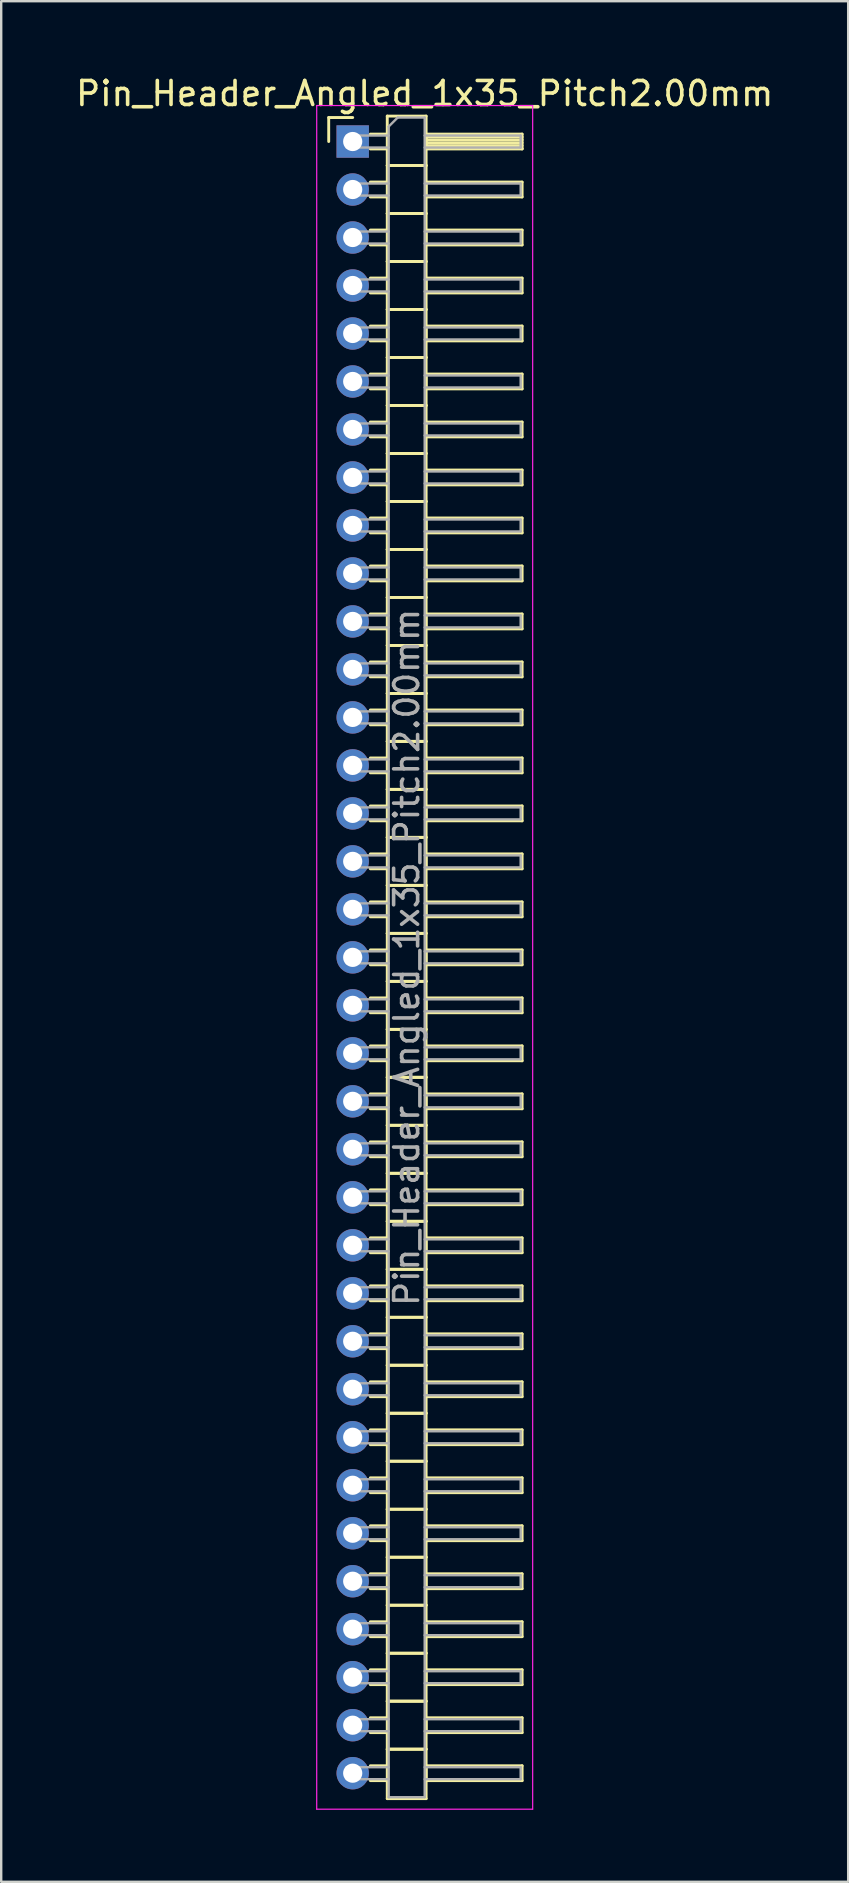
<source format=kicad_pcb>
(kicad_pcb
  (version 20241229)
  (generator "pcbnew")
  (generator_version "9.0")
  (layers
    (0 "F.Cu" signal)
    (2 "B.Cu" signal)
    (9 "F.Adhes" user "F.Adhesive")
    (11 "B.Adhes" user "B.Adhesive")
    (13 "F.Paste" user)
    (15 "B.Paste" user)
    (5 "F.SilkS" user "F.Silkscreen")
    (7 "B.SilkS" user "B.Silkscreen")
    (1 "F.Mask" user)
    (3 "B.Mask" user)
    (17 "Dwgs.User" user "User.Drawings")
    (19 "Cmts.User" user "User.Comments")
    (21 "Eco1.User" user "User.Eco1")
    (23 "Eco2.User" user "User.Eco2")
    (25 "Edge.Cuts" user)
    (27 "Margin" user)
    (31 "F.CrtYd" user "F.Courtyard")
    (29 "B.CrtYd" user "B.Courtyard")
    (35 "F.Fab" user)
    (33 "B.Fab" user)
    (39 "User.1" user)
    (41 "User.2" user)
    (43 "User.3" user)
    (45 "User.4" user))
  (footprint "Pin_Header_Angled_1x35_Pitch2.00mm"
    (layer "F.Cu")
    (at 11.649 2.848)
    (property "Reference" "Pin_Header_Angled_1x35_Pitch2.00mm" (at 3 -2 0) (layer "F.SilkS") (effects (font (size 1 1) (thickness 0.15))))
    (attr through_hole)
    (fp_line (start -1 -1) (end 0 -1) (stroke (width 0.12) (type solid)) (layer "F.SilkS"))
    (fp_line (start -1 0) (end -1 -1) (stroke (width 0.12) (type solid)) (layer "F.SilkS"))
    (fp_line (start 0.735 -0.31) (end 1.44 -0.31) (stroke (width 0.12) (type solid)) (layer "F.SilkS"))
    (fp_line (start 0.735 0.31) (end 1.44 0.31) (stroke (width 0.12) (type solid)) (layer "F.SilkS"))
    (fp_line (start 0.735 1.69) (end 1.44 1.69) (stroke (width 0.12) (type solid)) (layer "F.SilkS"))
    (fp_line (start 0.735 2.31) (end 1.44 2.31) (stroke (width 0.12) (type solid)) (layer "F.SilkS"))
    (fp_line (start 0.735 3.69) (end 1.44 3.69) (stroke (width 0.12) (type solid)) (layer "F.SilkS"))
    (fp_line (start 0.735 4.31) (end 1.44 4.31) (stroke (width 0.12) (type solid)) (layer "F.SilkS"))
    (fp_line (start 0.735 5.69) (end 1.44 5.69) (stroke (width 0.12) (type solid)) (layer "F.SilkS"))
    (fp_line (start 0.735 6.31) (end 1.44 6.31) (stroke (width 0.12) (type solid)) (layer "F.SilkS"))
    (fp_line (start 0.735 7.69) (end 1.44 7.69) (stroke (width 0.12) (type solid)) (layer "F.SilkS"))
    (fp_line (start 0.735 8.31) (end 1.44 8.31) (stroke (width 0.12) (type solid)) (layer "F.SilkS"))
    (fp_line (start 0.735 9.69) (end 1.44 9.69) (stroke (width 0.12) (type solid)) (layer "F.SilkS"))
    (fp_line (start 0.735 10.31) (end 1.44 10.31) (stroke (width 0.12) (type solid)) (layer "F.SilkS"))
    (fp_line (start 0.735 11.69) (end 1.44 11.69) (stroke (width 0.12) (type solid)) (layer "F.SilkS"))
    (fp_line (start 0.735 12.31) (end 1.44 12.31) (stroke (width 0.12) (type solid)) (layer "F.SilkS"))
    (fp_line (start 0.735 13.69) (end 1.44 13.69) (stroke (width 0.12) (type solid)) (layer "F.SilkS"))
    (fp_line (start 0.735 14.31) (end 1.44 14.31) (stroke (width 0.12) (type solid)) (layer "F.SilkS"))
    (fp_line (start 0.735 15.69) (end 1.44 15.69) (stroke (width 0.12) (type solid)) (layer "F.SilkS"))
    (fp_line (start 0.735 16.31) (end 1.44 16.31) (stroke (width 0.12) (type solid)) (layer "F.SilkS"))
    (fp_line (start 0.735 17.69) (end 1.44 17.69) (stroke (width 0.12) (type solid)) (layer "F.SilkS"))
    (fp_line (start 0.735 18.31) (end 1.44 18.31) (stroke (width 0.12) (type solid)) (layer "F.SilkS"))
    (fp_line (start 0.735 19.69) (end 1.44 19.69) (stroke (width 0.12) (type solid)) (layer "F.SilkS"))
    (fp_line (start 0.735 20.31) (end 1.44 20.31) (stroke (width 0.12) (type solid)) (layer "F.SilkS"))
    (fp_line (start 0.735 21.69) (end 1.44 21.69) (stroke (width 0.12) (type solid)) (layer "F.SilkS"))
    (fp_line (start 0.735 22.31) (end 1.44 22.31) (stroke (width 0.12) (type solid)) (layer "F.SilkS"))
    (fp_line (start 0.735 23.69) (end 1.44 23.69) (stroke (width 0.12) (type solid)) (layer "F.SilkS"))
    (fp_line (start 0.735 24.31) (end 1.44 24.31) (stroke (width 0.12) (type solid)) (layer "F.SilkS"))
    (fp_line (start 0.735 25.69) (end 1.44 25.69) (stroke (width 0.12) (type solid)) (layer "F.SilkS"))
    (fp_line (start 0.735 26.31) (end 1.44 26.31) (stroke (width 0.12) (type solid)) (layer "F.SilkS"))
    (fp_line (start 0.735 27.69) (end 1.44 27.69) (stroke (width 0.12) (type solid)) (layer "F.SilkS"))
    (fp_line (start 0.735 28.31) (end 1.44 28.31) (stroke (width 0.12) (type solid)) (layer "F.SilkS"))
    (fp_line (start 0.735 29.69) (end 1.44 29.69) (stroke (width 0.12) (type solid)) (layer "F.SilkS"))
    (fp_line (start 0.735 30.31) (end 1.44 30.31) (stroke (width 0.12) (type solid)) (layer "F.SilkS"))
    (fp_line (start 0.735 31.69) (end 1.44 31.69) (stroke (width 0.12) (type solid)) (layer "F.SilkS"))
    (fp_line (start 0.735 32.31) (end 1.44 32.31) (stroke (width 0.12) (type solid)) (layer "F.SilkS"))
    (fp_line (start 0.735 33.69) (end 1.44 33.69) (stroke (width 0.12) (type solid)) (layer "F.SilkS"))
    (fp_line (start 0.735 34.31) (end 1.44 34.31) (stroke (width 0.12) (type solid)) (layer "F.SilkS"))
    (fp_line (start 0.735 35.69) (end 1.44 35.69) (stroke (width 0.12) (type solid)) (layer "F.SilkS"))
    (fp_line (start 0.735 36.31) (end 1.44 36.31) (stroke (width 0.12) (type solid)) (layer "F.SilkS"))
    (fp_line (start 0.735 37.69) (end 1.44 37.69) (stroke (width 0.12) (type solid)) (layer "F.SilkS"))
    (fp_line (start 0.735 38.31) (end 1.44 38.31) (stroke (width 0.12) (type solid)) (layer "F.SilkS"))
    (fp_line (start 0.735 39.69) (end 1.44 39.69) (stroke (width 0.12) (type solid)) (layer "F.SilkS"))
    (fp_line (start 0.735 40.31) (end 1.44 40.31) (stroke (width 0.12) (type solid)) (layer "F.SilkS"))
    (fp_line (start 0.735 41.69) (end 1.44 41.69) (stroke (width 0.12) (type solid)) (layer "F.SilkS"))
    (fp_line (start 0.735 42.31) (end 1.44 42.31) (stroke (width 0.12) (type solid)) (layer "F.SilkS"))
    (fp_line (start 0.735 43.69) (end 1.44 43.69) (stroke (width 0.12) (type solid)) (layer "F.SilkS"))
    (fp_line (start 0.735 44.31) (end 1.44 44.31) (stroke (width 0.12) (type solid)) (layer "F.SilkS"))
    (fp_line (start 0.735 45.69) (end 1.44 45.69) (stroke (width 0.12) (type solid)) (layer "F.SilkS"))
    (fp_line (start 0.735 46.31) (end 1.44 46.31) (stroke (width 0.12) (type solid)) (layer "F.SilkS"))
    (fp_line (start 0.735 47.69) (end 1.44 47.69) (stroke (width 0.12) (type solid)) (layer "F.SilkS"))
    (fp_line (start 0.735 48.31) (end 1.44 48.31) (stroke (width 0.12) (type solid)) (layer "F.SilkS"))
    (fp_line (start 0.735 49.69) (end 1.44 49.69) (stroke (width 0.12) (type solid)) (layer "F.SilkS"))
    (fp_line (start 0.735 50.31) (end 1.44 50.31) (stroke (width 0.12) (type solid)) (layer "F.SilkS"))
    (fp_line (start 0.735 51.69) (end 1.44 51.69) (stroke (width 0.12) (type solid)) (layer "F.SilkS"))
    (fp_line (start 0.735 52.31) (end 1.44 52.31) (stroke (width 0.12) (type solid)) (layer "F.SilkS"))
    (fp_line (start 0.735 53.69) (end 1.44 53.69) (stroke (width 0.12) (type solid)) (layer "F.SilkS"))
    (fp_line (start 0.735 54.31) (end 1.44 54.31) (stroke (width 0.12) (type solid)) (layer "F.SilkS"))
    (fp_line (start 0.735 55.69) (end 1.44 55.69) (stroke (width 0.12) (type solid)) (layer "F.SilkS"))
    (fp_line (start 0.735 56.31) (end 1.44 56.31) (stroke (width 0.12) (type solid)) (layer "F.SilkS"))
    (fp_line (start 0.735 57.69) (end 1.44 57.69) (stroke (width 0.12) (type solid)) (layer "F.SilkS"))
    (fp_line (start 0.735 58.31) (end 1.44 58.31) (stroke (width 0.12) (type solid)) (layer "F.SilkS"))
    (fp_line (start 0.735 59.69) (end 1.44 59.69) (stroke (width 0.12) (type solid)) (layer "F.SilkS"))
    (fp_line (start 0.735 60.31) (end 1.44 60.31) (stroke (width 0.12) (type solid)) (layer "F.SilkS"))
    (fp_line (start 0.735 61.69) (end 1.44 61.69) (stroke (width 0.12) (type solid)) (layer "F.SilkS"))
    (fp_line (start 0.735 62.31) (end 1.44 62.31) (stroke (width 0.12) (type solid)) (layer "F.SilkS"))
    (fp_line (start 0.735 63.69) (end 1.44 63.69) (stroke (width 0.12) (type solid)) (layer "F.SilkS"))
    (fp_line (start 0.735 64.31) (end 1.44 64.31) (stroke (width 0.12) (type solid)) (layer "F.SilkS"))
    (fp_line (start 0.735 65.69) (end 1.44 65.69) (stroke (width 0.12) (type solid)) (layer "F.SilkS"))
    (fp_line (start 0.735 66.31) (end 1.44 66.31) (stroke (width 0.12) (type solid)) (layer "F.SilkS"))
    (fp_line (start 0.735 67.69) (end 1.44 67.69) (stroke (width 0.12) (type solid)) (layer "F.SilkS"))
    (fp_line (start 0.735 68.31) (end 1.44 68.31) (stroke (width 0.12) (type solid)) (layer "F.SilkS"))
    (fp_line (start 1.44 -1.06) (end 1.44 1) (stroke (width 0.12) (type solid)) (layer "F.SilkS"))
    (fp_line (start 1.44 1) (end 1.44 3) (stroke (width 0.12) (type solid)) (layer "F.SilkS"))
    (fp_line (start 1.44 1) (end 3.06 1) (stroke (width 0.12) (type solid)) (layer "F.SilkS"))
    (fp_line (start 1.44 3) (end 1.44 5) (stroke (width 0.12) (type solid)) (layer "F.SilkS"))
    (fp_line (start 1.44 3) (end 3.06 3) (stroke (width 0.12) (type solid)) (layer "F.SilkS"))
    (fp_line (start 1.44 5) (end 1.44 7) (stroke (width 0.12) (type solid)) (layer "F.SilkS"))
    (fp_line (start 1.44 5) (end 3.06 5) (stroke (width 0.12) (type solid)) (layer "F.SilkS"))
    (fp_line (start 1.44 7) (end 1.44 9) (stroke (width 0.12) (type solid)) (layer "F.SilkS"))
    (fp_line (start 1.44 7) (end 3.06 7) (stroke (width 0.12) (type solid)) (layer "F.SilkS"))
    (fp_line (start 1.44 9) (end 1.44 11) (stroke (width 0.12) (type solid)) (layer "F.SilkS"))
    (fp_line (start 1.44 9) (end 3.06 9) (stroke (width 0.12) (type solid)) (layer "F.SilkS"))
    (fp_line (start 1.44 11) (end 1.44 13) (stroke (width 0.12) (type solid)) (layer "F.SilkS"))
    (fp_line (start 1.44 11) (end 3.06 11) (stroke (width 0.12) (type solid)) (layer "F.SilkS"))
    (fp_line (start 1.44 13) (end 1.44 15) (stroke (width 0.12) (type solid)) (layer "F.SilkS"))
    (fp_line (start 1.44 13) (end 3.06 13) (stroke (width 0.12) (type solid)) (layer "F.SilkS"))
    (fp_line (start 1.44 15) (end 1.44 17) (stroke (width 0.12) (type solid)) (layer "F.SilkS"))
    (fp_line (start 1.44 15) (end 3.06 15) (stroke (width 0.12) (type solid)) (layer "F.SilkS"))
    (fp_line (start 1.44 17) (end 1.44 19) (stroke (width 0.12) (type solid)) (layer "F.SilkS"))
    (fp_line (start 1.44 17) (end 3.06 17) (stroke (width 0.12) (type solid)) (layer "F.SilkS"))
    (fp_line (start 1.44 19) (end 1.44 21) (stroke (width 0.12) (type solid)) (layer "F.SilkS"))
    (fp_line (start 1.44 19) (end 3.06 19) (stroke (width 0.12) (type solid)) (layer "F.SilkS"))
    (fp_line (start 1.44 21) (end 1.44 23) (stroke (width 0.12) (type solid)) (layer "F.SilkS"))
    (fp_line (start 1.44 21) (end 3.06 21) (stroke (width 0.12) (type solid)) (layer "F.SilkS"))
    (fp_line (start 1.44 23) (end 1.44 25) (stroke (width 0.12) (type solid)) (layer "F.SilkS"))
    (fp_line (start 1.44 23) (end 3.06 23) (stroke (width 0.12) (type solid)) (layer "F.SilkS"))
    (fp_line (start 1.44 25) (end 1.44 27) (stroke (width 0.12) (type solid)) (layer "F.SilkS"))
    (fp_line (start 1.44 25) (end 3.06 25) (stroke (width 0.12) (type solid)) (layer "F.SilkS"))
    (fp_line (start 1.44 27) (end 1.44 29) (stroke (width 0.12) (type solid)) (layer "F.SilkS"))
    (fp_line (start 1.44 27) (end 3.06 27) (stroke (width 0.12) (type solid)) (layer "F.SilkS"))
    (fp_line (start 1.44 29) (end 1.44 31) (stroke (width 0.12) (type solid)) (layer "F.SilkS"))
    (fp_line (start 1.44 29) (end 3.06 29) (stroke (width 0.12) (type solid)) (layer "F.SilkS"))
    (fp_line (start 1.44 31) (end 1.44 33) (stroke (width 0.12) (type solid)) (layer "F.SilkS"))
    (fp_line (start 1.44 31) (end 3.06 31) (stroke (width 0.12) (type solid)) (layer "F.SilkS"))
    (fp_line (start 1.44 33) (end 1.44 35) (stroke (width 0.12) (type solid)) (layer "F.SilkS"))
    (fp_line (start 1.44 33) (end 3.06 33) (stroke (width 0.12) (type solid)) (layer "F.SilkS"))
    (fp_line (start 1.44 35) (end 1.44 37) (stroke (width 0.12) (type solid)) (layer "F.SilkS"))
    (fp_line (start 1.44 35) (end 3.06 35) (stroke (width 0.12) (type solid)) (layer "F.SilkS"))
    (fp_line (start 1.44 37) (end 1.44 39) (stroke (width 0.12) (type solid)) (layer "F.SilkS"))
    (fp_line (start 1.44 37) (end 3.06 37) (stroke (width 0.12) (type solid)) (layer "F.SilkS"))
    (fp_line (start 1.44 39) (end 1.44 41) (stroke (width 0.12) (type solid)) (layer "F.SilkS"))
    (fp_line (start 1.44 39) (end 3.06 39) (stroke (width 0.12) (type solid)) (layer "F.SilkS"))
    (fp_line (start 1.44 41) (end 1.44 43) (stroke (width 0.12) (type solid)) (layer "F.SilkS"))
    (fp_line (start 1.44 41) (end 3.06 41) (stroke (width 0.12) (type solid)) (layer "F.SilkS"))
    (fp_line (start 1.44 43) (end 1.44 45) (stroke (width 0.12) (type solid)) (layer "F.SilkS"))
    (fp_line (start 1.44 43) (end 3.06 43) (stroke (width 0.12) (type solid)) (layer "F.SilkS"))
    (fp_line (start 1.44 45) (end 1.44 47) (stroke (width 0.12) (type solid)) (layer "F.SilkS"))
    (fp_line (start 1.44 45) (end 3.06 45) (stroke (width 0.12) (type solid)) (layer "F.SilkS"))
    (fp_line (start 1.44 47) (end 1.44 49) (stroke (width 0.12) (type solid)) (layer "F.SilkS"))
    (fp_line (start 1.44 47) (end 3.06 47) (stroke (width 0.12) (type solid)) (layer "F.SilkS"))
    (fp_line (start 1.44 49) (end 1.44 51) (stroke (width 0.12) (type solid)) (layer "F.SilkS"))
    (fp_line (start 1.44 49) (end 3.06 49) (stroke (width 0.12) (type solid)) (layer "F.SilkS"))
    (fp_line (start 1.44 51) (end 1.44 53) (stroke (width 0.12) (type solid)) (layer "F.SilkS"))
    (fp_line (start 1.44 51) (end 3.06 51) (stroke (width 0.12) (type solid)) (layer "F.SilkS"))
    (fp_line (start 1.44 53) (end 1.44 55) (stroke (width 0.12) (type solid)) (layer "F.SilkS"))
    (fp_line (start 1.44 53) (end 3.06 53) (stroke (width 0.12) (type solid)) (layer "F.SilkS"))
    (fp_line (start 1.44 55) (end 1.44 57) (stroke (width 0.12) (type solid)) (layer "F.SilkS"))
    (fp_line (start 1.44 55) (end 3.06 55) (stroke (width 0.12) (type solid)) (layer "F.SilkS"))
    (fp_line (start 1.44 57) (end 1.44 59) (stroke (width 0.12) (type solid)) (layer "F.SilkS"))
    (fp_line (start 1.44 57) (end 3.06 57) (stroke (width 0.12) (type solid)) (layer "F.SilkS"))
    (fp_line (start 1.44 59) (end 1.44 61) (stroke (width 0.12) (type solid)) (layer "F.SilkS"))
    (fp_line (start 1.44 59) (end 3.06 59) (stroke (width 0.12) (type solid)) (layer "F.SilkS"))
    (fp_line (start 1.44 61) (end 1.44 63) (stroke (width 0.12) (type solid)) (layer "F.SilkS"))
    (fp_line (start 1.44 61) (end 3.06 61) (stroke (width 0.12) (type solid)) (layer "F.SilkS"))
    (fp_line (start 1.44 63) (end 1.44 65) (stroke (width 0.12) (type solid)) (layer "F.SilkS"))
    (fp_line (start 1.44 63) (end 3.06 63) (stroke (width 0.12) (type solid)) (layer "F.SilkS"))
    (fp_line (start 1.44 65) (end 1.44 67) (stroke (width 0.12) (type solid)) (layer "F.SilkS"))
    (fp_line (start 1.44 65) (end 3.06 65) (stroke (width 0.12) (type solid)) (layer "F.SilkS"))
    (fp_line (start 1.44 67) (end 1.44 69.06) (stroke (width 0.12) (type solid)) (layer "F.SilkS"))
    (fp_line (start 1.44 67) (end 3.06 67) (stroke (width 0.12) (type solid)) (layer "F.SilkS"))
    (fp_line (start 1.44 69.06) (end 3.06 69.06) (stroke (width 0.12) (type solid)) (layer "F.SilkS"))
    (fp_line (start 3.06 -1.06) (end 1.44 -1.06) (stroke (width 0.12) (type solid)) (layer "F.SilkS"))
    (fp_line (start 3.06 -0.31) (end 3.06 0.31) (stroke (width 0.12) (type solid)) (layer "F.SilkS"))
    (fp_line (start 3.06 -0.19) (end 7.06 -0.19) (stroke (width 0.12) (type solid)) (layer "F.SilkS"))
    (fp_line (start 3.06 -0.07) (end 7.06 -0.07) (stroke (width 0.12) (type solid)) (layer "F.SilkS"))
    (fp_line (start 3.06 0.05) (end 7.06 0.05) (stroke (width 0.12) (type solid)) (layer "F.SilkS"))
    (fp_line (start 3.06 0.17) (end 7.06 0.17) (stroke (width 0.12) (type solid)) (layer "F.SilkS"))
    (fp_line (start 3.06 0.29) (end 7.06 0.29) (stroke (width 0.12) (type solid)) (layer "F.SilkS"))
    (fp_line (start 3.06 0.31) (end 7.06 0.31) (stroke (width 0.12) (type solid)) (layer "F.SilkS"))
    (fp_line (start 3.06 1) (end 1.44 1) (stroke (width 0.12) (type solid)) (layer "F.SilkS"))
    (fp_line (start 3.06 1) (end 3.06 -1.06) (stroke (width 0.12) (type solid)) (layer "F.SilkS"))
    (fp_line (start 3.06 1.69) (end 3.06 2.31) (stroke (width 0.12) (type solid)) (layer "F.SilkS"))
    (fp_line (start 3.06 2.31) (end 7.06 2.31) (stroke (width 0.12) (type solid)) (layer "F.SilkS"))
    (fp_line (start 3.06 3) (end 1.44 3) (stroke (width 0.12) (type solid)) (layer "F.SilkS"))
    (fp_line (start 3.06 3) (end 3.06 1) (stroke (width 0.12) (type solid)) (layer "F.SilkS"))
    (fp_line (start 3.06 3.69) (end 3.06 4.31) (stroke (width 0.12) (type solid)) (layer "F.SilkS"))
    (fp_line (start 3.06 4.31) (end 7.06 4.31) (stroke (width 0.12) (type solid)) (layer "F.SilkS"))
    (fp_line (start 3.06 5) (end 1.44 5) (stroke (width 0.12) (type solid)) (layer "F.SilkS"))
    (fp_line (start 3.06 5) (end 3.06 3) (stroke (width 0.12) (type solid)) (layer "F.SilkS"))
    (fp_line (start 3.06 5.69) (end 3.06 6.31) (stroke (width 0.12) (type solid)) (layer "F.SilkS"))
    (fp_line (start 3.06 6.31) (end 7.06 6.31) (stroke (width 0.12) (type solid)) (layer "F.SilkS"))
    (fp_line (start 3.06 7) (end 1.44 7) (stroke (width 0.12) (type solid)) (layer "F.SilkS"))
    (fp_line (start 3.06 7) (end 3.06 5) (stroke (width 0.12) (type solid)) (layer "F.SilkS"))
    (fp_line (start 3.06 7.69) (end 3.06 8.31) (stroke (width 0.12) (type solid)) (layer "F.SilkS"))
    (fp_line (start 3.06 8.31) (end 7.06 8.31) (stroke (width 0.12) (type solid)) (layer "F.SilkS"))
    (fp_line (start 3.06 9) (end 1.44 9) (stroke (width 0.12) (type solid)) (layer "F.SilkS"))
    (fp_line (start 3.06 9) (end 3.06 7) (stroke (width 0.12) (type solid)) (layer "F.SilkS"))
    (fp_line (start 3.06 9.69) (end 3.06 10.31) (stroke (width 0.12) (type solid)) (layer "F.SilkS"))
    (fp_line (start 3.06 10.31) (end 7.06 10.31) (stroke (width 0.12) (type solid)) (layer "F.SilkS"))
    (fp_line (start 3.06 11) (end 1.44 11) (stroke (width 0.12) (type solid)) (layer "F.SilkS"))
    (fp_line (start 3.06 11) (end 3.06 9) (stroke (width 0.12) (type solid)) (layer "F.SilkS"))
    (fp_line (start 3.06 11.69) (end 3.06 12.31) (stroke (width 0.12) (type solid)) (layer "F.SilkS"))
    (fp_line (start 3.06 12.31) (end 7.06 12.31) (stroke (width 0.12) (type solid)) (layer "F.SilkS"))
    (fp_line (start 3.06 13) (end 1.44 13) (stroke (width 0.12) (type solid)) (layer "F.SilkS"))
    (fp_line (start 3.06 13) (end 3.06 11) (stroke (width 0.12) (type solid)) (layer "F.SilkS"))
    (fp_line (start 3.06 13.69) (end 3.06 14.31) (stroke (width 0.12) (type solid)) (layer "F.SilkS"))
    (fp_line (start 3.06 14.31) (end 7.06 14.31) (stroke (width 0.12) (type solid)) (layer "F.SilkS"))
    (fp_line (start 3.06 15) (end 1.44 15) (stroke (width 0.12) (type solid)) (layer "F.SilkS"))
    (fp_line (start 3.06 15) (end 3.06 13) (stroke (width 0.12) (type solid)) (layer "F.SilkS"))
    (fp_line (start 3.06 15.69) (end 3.06 16.31) (stroke (width 0.12) (type solid)) (layer "F.SilkS"))
    (fp_line (start 3.06 16.31) (end 7.06 16.31) (stroke (width 0.12) (type solid)) (layer "F.SilkS"))
    (fp_line (start 3.06 17) (end 1.44 17) (stroke (width 0.12) (type solid)) (layer "F.SilkS"))
    (fp_line (start 3.06 17) (end 3.06 15) (stroke (width 0.12) (type solid)) (layer "F.SilkS"))
    (fp_line (start 3.06 17.69) (end 3.06 18.31) (stroke (width 0.12) (type solid)) (layer "F.SilkS"))
    (fp_line (start 3.06 18.31) (end 7.06 18.31) (stroke (width 0.12) (type solid)) (layer "F.SilkS"))
    (fp_line (start 3.06 19) (end 1.44 19) (stroke (width 0.12) (type solid)) (layer "F.SilkS"))
    (fp_line (start 3.06 19) (end 3.06 17) (stroke (width 0.12) (type solid)) (layer "F.SilkS"))
    (fp_line (start 3.06 19.69) (end 3.06 20.31) (stroke (width 0.12) (type solid)) (layer "F.SilkS"))
    (fp_line (start 3.06 20.31) (end 7.06 20.31) (stroke (width 0.12) (type solid)) (layer "F.SilkS"))
    (fp_line (start 3.06 21) (end 1.44 21) (stroke (width 0.12) (type solid)) (layer "F.SilkS"))
    (fp_line (start 3.06 21) (end 3.06 19) (stroke (width 0.12) (type solid)) (layer "F.SilkS"))
    (fp_line (start 3.06 21.69) (end 3.06 22.31) (stroke (width 0.12) (type solid)) (layer "F.SilkS"))
    (fp_line (start 3.06 22.31) (end 7.06 22.31) (stroke (width 0.12) (type solid)) (layer "F.SilkS"))
    (fp_line (start 3.06 23) (end 1.44 23) (stroke (width 0.12) (type solid)) (layer "F.SilkS"))
    (fp_line (start 3.06 23) (end 3.06 21) (stroke (width 0.12) (type solid)) (layer "F.SilkS"))
    (fp_line (start 3.06 23.69) (end 3.06 24.31) (stroke (width 0.12) (type solid)) (layer "F.SilkS"))
    (fp_line (start 3.06 24.31) (end 7.06 24.31) (stroke (width 0.12) (type solid)) (layer "F.SilkS"))
    (fp_line (start 3.06 25) (end 1.44 25) (stroke (width 0.12) (type solid)) (layer "F.SilkS"))
    (fp_line (start 3.06 25) (end 3.06 23) (stroke (width 0.12) (type solid)) (layer "F.SilkS"))
    (fp_line (start 3.06 25.69) (end 3.06 26.31) (stroke (width 0.12) (type solid)) (layer "F.SilkS"))
    (fp_line (start 3.06 26.31) (end 7.06 26.31) (stroke (width 0.12) (type solid)) (layer "F.SilkS"))
    (fp_line (start 3.06 27) (end 1.44 27) (stroke (width 0.12) (type solid)) (layer "F.SilkS"))
    (fp_line (start 3.06 27) (end 3.06 25) (stroke (width 0.12) (type solid)) (layer "F.SilkS"))
    (fp_line (start 3.06 27.69) (end 3.06 28.31) (stroke (width 0.12) (type solid)) (layer "F.SilkS"))
    (fp_line (start 3.06 28.31) (end 7.06 28.31) (stroke (width 0.12) (type solid)) (layer "F.SilkS"))
    (fp_line (start 3.06 29) (end 1.44 29) (stroke (width 0.12) (type solid)) (layer "F.SilkS"))
    (fp_line (start 3.06 29) (end 3.06 27) (stroke (width 0.12) (type solid)) (layer "F.SilkS"))
    (fp_line (start 3.06 29.69) (end 3.06 30.31) (stroke (width 0.12) (type solid)) (layer "F.SilkS"))
    (fp_line (start 3.06 30.31) (end 7.06 30.31) (stroke (width 0.12) (type solid)) (layer "F.SilkS"))
    (fp_line (start 3.06 31) (end 1.44 31) (stroke (width 0.12) (type solid)) (layer "F.SilkS"))
    (fp_line (start 3.06 31) (end 3.06 29) (stroke (width 0.12) (type solid)) (layer "F.SilkS"))
    (fp_line (start 3.06 31.69) (end 3.06 32.31) (stroke (width 0.12) (type solid)) (layer "F.SilkS"))
    (fp_line (start 3.06 32.31) (end 7.06 32.31) (stroke (width 0.12) (type solid)) (layer "F.SilkS"))
    (fp_line (start 3.06 33) (end 1.44 33) (stroke (width 0.12) (type solid)) (layer "F.SilkS"))
    (fp_line (start 3.06 33) (end 3.06 31) (stroke (width 0.12) (type solid)) (layer "F.SilkS"))
    (fp_line (start 3.06 33.69) (end 3.06 34.31) (stroke (width 0.12) (type solid)) (layer "F.SilkS"))
    (fp_line (start 3.06 34.31) (end 7.06 34.31) (stroke (width 0.12) (type solid)) (layer "F.SilkS"))
    (fp_line (start 3.06 35) (end 1.44 35) (stroke (width 0.12) (type solid)) (layer "F.SilkS"))
    (fp_line (start 3.06 35) (end 3.06 33) (stroke (width 0.12) (type solid)) (layer "F.SilkS"))
    (fp_line (start 3.06 35.69) (end 3.06 36.31) (stroke (width 0.12) (type solid)) (layer "F.SilkS"))
    (fp_line (start 3.06 36.31) (end 7.06 36.31) (stroke (width 0.12) (type solid)) (layer "F.SilkS"))
    (fp_line (start 3.06 37) (end 1.44 37) (stroke (width 0.12) (type solid)) (layer "F.SilkS"))
    (fp_line (start 3.06 37) (end 3.06 35) (stroke (width 0.12) (type solid)) (layer "F.SilkS"))
    (fp_line (start 3.06 37.69) (end 3.06 38.31) (stroke (width 0.12) (type solid)) (layer "F.SilkS"))
    (fp_line (start 3.06 38.31) (end 7.06 38.31) (stroke (width 0.12) (type solid)) (layer "F.SilkS"))
    (fp_line (start 3.06 39) (end 1.44 39) (stroke (width 0.12) (type solid)) (layer "F.SilkS"))
    (fp_line (start 3.06 39) (end 3.06 37) (stroke (width 0.12) (type solid)) (layer "F.SilkS"))
    (fp_line (start 3.06 39.69) (end 3.06 40.31) (stroke (width 0.12) (type solid)) (layer "F.SilkS"))
    (fp_line (start 3.06 40.31) (end 7.06 40.31) (stroke (width 0.12) (type solid)) (layer "F.SilkS"))
    (fp_line (start 3.06 41) (end 1.44 41) (stroke (width 0.12) (type solid)) (layer "F.SilkS"))
    (fp_line (start 3.06 41) (end 3.06 39) (stroke (width 0.12) (type solid)) (layer "F.SilkS"))
    (fp_line (start 3.06 41.69) (end 3.06 42.31) (stroke (width 0.12) (type solid)) (layer "F.SilkS"))
    (fp_line (start 3.06 42.31) (end 7.06 42.31) (stroke (width 0.12) (type solid)) (layer "F.SilkS"))
    (fp_line (start 3.06 43) (end 1.44 43) (stroke (width 0.12) (type solid)) (layer "F.SilkS"))
    (fp_line (start 3.06 43) (end 3.06 41) (stroke (width 0.12) (type solid)) (layer "F.SilkS"))
    (fp_line (start 3.06 43.69) (end 3.06 44.31) (stroke (width 0.12) (type solid)) (layer "F.SilkS"))
    (fp_line (start 3.06 44.31) (end 7.06 44.31) (stroke (width 0.12) (type solid)) (layer "F.SilkS"))
    (fp_line (start 3.06 45) (end 1.44 45) (stroke (width 0.12) (type solid)) (layer "F.SilkS"))
    (fp_line (start 3.06 45) (end 3.06 43) (stroke (width 0.12) (type solid)) (layer "F.SilkS"))
    (fp_line (start 3.06 45.69) (end 3.06 46.31) (stroke (width 0.12) (type solid)) (layer "F.SilkS"))
    (fp_line (start 3.06 46.31) (end 7.06 46.31) (stroke (width 0.12) (type solid)) (layer "F.SilkS"))
    (fp_line (start 3.06 47) (end 1.44 47) (stroke (width 0.12) (type solid)) (layer "F.SilkS"))
    (fp_line (start 3.06 47) (end 3.06 45) (stroke (width 0.12) (type solid)) (layer "F.SilkS"))
    (fp_line (start 3.06 47.69) (end 3.06 48.31) (stroke (width 0.12) (type solid)) (layer "F.SilkS"))
    (fp_line (start 3.06 48.31) (end 7.06 48.31) (stroke (width 0.12) (type solid)) (layer "F.SilkS"))
    (fp_line (start 3.06 49) (end 1.44 49) (stroke (width 0.12) (type solid)) (layer "F.SilkS"))
    (fp_line (start 3.06 49) (end 3.06 47) (stroke (width 0.12) (type solid)) (layer "F.SilkS"))
    (fp_line (start 3.06 49.69) (end 3.06 50.31) (stroke (width 0.12) (type solid)) (layer "F.SilkS"))
    (fp_line (start 3.06 50.31) (end 7.06 50.31) (stroke (width 0.12) (type solid)) (layer "F.SilkS"))
    (fp_line (start 3.06 51) (end 1.44 51) (stroke (width 0.12) (type solid)) (layer "F.SilkS"))
    (fp_line (start 3.06 51) (end 3.06 49) (stroke (width 0.12) (type solid)) (layer "F.SilkS"))
    (fp_line (start 3.06 51.69) (end 3.06 52.31) (stroke (width 0.12) (type solid)) (layer "F.SilkS"))
    (fp_line (start 3.06 52.31) (end 7.06 52.31) (stroke (width 0.12) (type solid)) (layer "F.SilkS"))
    (fp_line (start 3.06 53) (end 1.44 53) (stroke (width 0.12) (type solid)) (layer "F.SilkS"))
    (fp_line (start 3.06 53) (end 3.06 51) (stroke (width 0.12) (type solid)) (layer "F.SilkS"))
    (fp_line (start 3.06 53.69) (end 3.06 54.31) (stroke (width 0.12) (type solid)) (layer "F.SilkS"))
    (fp_line (start 3.06 54.31) (end 7.06 54.31) (stroke (width 0.12) (type solid)) (layer "F.SilkS"))
    (fp_line (start 3.06 55) (end 1.44 55) (stroke (width 0.12) (type solid)) (layer "F.SilkS"))
    (fp_line (start 3.06 55) (end 3.06 53) (stroke (width 0.12) (type solid)) (layer "F.SilkS"))
    (fp_line (start 3.06 55.69) (end 3.06 56.31) (stroke (width 0.12) (type solid)) (layer "F.SilkS"))
    (fp_line (start 3.06 56.31) (end 7.06 56.31) (stroke (width 0.12) (type solid)) (layer "F.SilkS"))
    (fp_line (start 3.06 57) (end 1.44 57) (stroke (width 0.12) (type solid)) (layer "F.SilkS"))
    (fp_line (start 3.06 57) (end 3.06 55) (stroke (width 0.12) (type solid)) (layer "F.SilkS"))
    (fp_line (start 3.06 57.69) (end 3.06 58.31) (stroke (width 0.12) (type solid)) (layer "F.SilkS"))
    (fp_line (start 3.06 58.31) (end 7.06 58.31) (stroke (width 0.12) (type solid)) (layer "F.SilkS"))
    (fp_line (start 3.06 59) (end 1.44 59) (stroke (width 0.12) (type solid)) (layer "F.SilkS"))
    (fp_line (start 3.06 59) (end 3.06 57) (stroke (width 0.12) (type solid)) (layer "F.SilkS"))
    (fp_line (start 3.06 59.69) (end 3.06 60.31) (stroke (width 0.12) (type solid)) (layer "F.SilkS"))
    (fp_line (start 3.06 60.31) (end 7.06 60.31) (stroke (width 0.12) (type solid)) (layer "F.SilkS"))
    (fp_line (start 3.06 61) (end 1.44 61) (stroke (width 0.12) (type solid)) (layer "F.SilkS"))
    (fp_line (start 3.06 61) (end 3.06 59) (stroke (width 0.12) (type solid)) (layer "F.SilkS"))
    (fp_line (start 3.06 61.69) (end 3.06 62.31) (stroke (width 0.12) (type solid)) (layer "F.SilkS"))
    (fp_line (start 3.06 62.31) (end 7.06 62.31) (stroke (width 0.12) (type solid)) (layer "F.SilkS"))
    (fp_line (start 3.06 63) (end 1.44 63) (stroke (width 0.12) (type solid)) (layer "F.SilkS"))
    (fp_line (start 3.06 63) (end 3.06 61) (stroke (width 0.12) (type solid)) (layer "F.SilkS"))
    (fp_line (start 3.06 63.69) (end 3.06 64.31) (stroke (width 0.12) (type solid)) (layer "F.SilkS"))
    (fp_line (start 3.06 64.31) (end 7.06 64.31) (stroke (width 0.12) (type solid)) (layer "F.SilkS"))
    (fp_line (start 3.06 65) (end 1.44 65) (stroke (width 0.12) (type solid)) (layer "F.SilkS"))
    (fp_line (start 3.06 65) (end 3.06 63) (stroke (width 0.12) (type solid)) (layer "F.SilkS"))
    (fp_line (start 3.06 65.69) (end 3.06 66.31) (stroke (width 0.12) (type solid)) (layer "F.SilkS"))
    (fp_line (start 3.06 66.31) (end 7.06 66.31) (stroke (width 0.12) (type solid)) (layer "F.SilkS"))
    (fp_line (start 3.06 67) (end 1.44 67) (stroke (width 0.12) (type solid)) (layer "F.SilkS"))
    (fp_line (start 3.06 67) (end 3.06 65) (stroke (width 0.12) (type solid)) (layer "F.SilkS"))
    (fp_line (start 3.06 67.69) (end 3.06 68.31) (stroke (width 0.12) (type solid)) (layer "F.SilkS"))
    (fp_line (start 3.06 68.31) (end 7.06 68.31) (stroke (width 0.12) (type solid)) (layer "F.SilkS"))
    (fp_line (start 3.06 69.06) (end 3.06 67) (stroke (width 0.12) (type solid)) (layer "F.SilkS"))
    (fp_line (start 7.06 -0.31) (end 3.06 -0.31) (stroke (width 0.12) (type solid)) (layer "F.SilkS"))
    (fp_line (start 7.06 0.31) (end 7.06 -0.31) (stroke (width 0.12) (type solid)) (layer "F.SilkS"))
    (fp_line (start 7.06 1.69) (end 3.06 1.69) (stroke (width 0.12) (type solid)) (layer "F.SilkS"))
    (fp_line (start 7.06 2.31) (end 7.06 1.69) (stroke (width 0.12) (type solid)) (layer "F.SilkS"))
    (fp_line (start 7.06 3.69) (end 3.06 3.69) (stroke (width 0.12) (type solid)) (layer "F.SilkS"))
    (fp_line (start 7.06 4.31) (end 7.06 3.69) (stroke (width 0.12) (type solid)) (layer "F.SilkS"))
    (fp_line (start 7.06 5.69) (end 3.06 5.69) (stroke (width 0.12) (type solid)) (layer "F.SilkS"))
    (fp_line (start 7.06 6.31) (end 7.06 5.69) (stroke (width 0.12) (type solid)) (layer "F.SilkS"))
    (fp_line (start 7.06 7.69) (end 3.06 7.69) (stroke (width 0.12) (type solid)) (layer "F.SilkS"))
    (fp_line (start 7.06 8.31) (end 7.06 7.69) (stroke (width 0.12) (type solid)) (layer "F.SilkS"))
    (fp_line (start 7.06 9.69) (end 3.06 9.69) (stroke (width 0.12) (type solid)) (layer "F.SilkS"))
    (fp_line (start 7.06 10.31) (end 7.06 9.69) (stroke (width 0.12) (type solid)) (layer "F.SilkS"))
    (fp_line (start 7.06 11.69) (end 3.06 11.69) (stroke (width 0.12) (type solid)) (layer "F.SilkS"))
    (fp_line (start 7.06 12.31) (end 7.06 11.69) (stroke (width 0.12) (type solid)) (layer "F.SilkS"))
    (fp_line (start 7.06 13.69) (end 3.06 13.69) (stroke (width 0.12) (type solid)) (layer "F.SilkS"))
    (fp_line (start 7.06 14.31) (end 7.06 13.69) (stroke (width 0.12) (type solid)) (layer "F.SilkS"))
    (fp_line (start 7.06 15.69) (end 3.06 15.69) (stroke (width 0.12) (type solid)) (layer "F.SilkS"))
    (fp_line (start 7.06 16.31) (end 7.06 15.69) (stroke (width 0.12) (type solid)) (layer "F.SilkS"))
    (fp_line (start 7.06 17.69) (end 3.06 17.69) (stroke (width 0.12) (type solid)) (layer "F.SilkS"))
    (fp_line (start 7.06 18.31) (end 7.06 17.69) (stroke (width 0.12) (type solid)) (layer "F.SilkS"))
    (fp_line (start 7.06 19.69) (end 3.06 19.69) (stroke (width 0.12) (type solid)) (layer "F.SilkS"))
    (fp_line (start 7.06 20.31) (end 7.06 19.69) (stroke (width 0.12) (type solid)) (layer "F.SilkS"))
    (fp_line (start 7.06 21.69) (end 3.06 21.69) (stroke (width 0.12) (type solid)) (layer "F.SilkS"))
    (fp_line (start 7.06 22.31) (end 7.06 21.69) (stroke (width 0.12) (type solid)) (layer "F.SilkS"))
    (fp_line (start 7.06 23.69) (end 3.06 23.69) (stroke (width 0.12) (type solid)) (layer "F.SilkS"))
    (fp_line (start 7.06 24.31) (end 7.06 23.69) (stroke (width 0.12) (type solid)) (layer "F.SilkS"))
    (fp_line (start 7.06 25.69) (end 3.06 25.69) (stroke (width 0.12) (type solid)) (layer "F.SilkS"))
    (fp_line (start 7.06 26.31) (end 7.06 25.69) (stroke (width 0.12) (type solid)) (layer "F.SilkS"))
    (fp_line (start 7.06 27.69) (end 3.06 27.69) (stroke (width 0.12) (type solid)) (layer "F.SilkS"))
    (fp_line (start 7.06 28.31) (end 7.06 27.69) (stroke (width 0.12) (type solid)) (layer "F.SilkS"))
    (fp_line (start 7.06 29.69) (end 3.06 29.69) (stroke (width 0.12) (type solid)) (layer "F.SilkS"))
    (fp_line (start 7.06 30.31) (end 7.06 29.69) (stroke (width 0.12) (type solid)) (layer "F.SilkS"))
    (fp_line (start 7.06 31.69) (end 3.06 31.69) (stroke (width 0.12) (type solid)) (layer "F.SilkS"))
    (fp_line (start 7.06 32.31) (end 7.06 31.69) (stroke (width 0.12) (type solid)) (layer "F.SilkS"))
    (fp_line (start 7.06 33.69) (end 3.06 33.69) (stroke (width 0.12) (type solid)) (layer "F.SilkS"))
    (fp_line (start 7.06 34.31) (end 7.06 33.69) (stroke (width 0.12) (type solid)) (layer "F.SilkS"))
    (fp_line (start 7.06 35.69) (end 3.06 35.69) (stroke (width 0.12) (type solid)) (layer "F.SilkS"))
    (fp_line (start 7.06 36.31) (end 7.06 35.69) (stroke (width 0.12) (type solid)) (layer "F.SilkS"))
    (fp_line (start 7.06 37.69) (end 3.06 37.69) (stroke (width 0.12) (type solid)) (layer "F.SilkS"))
    (fp_line (start 7.06 38.31) (end 7.06 37.69) (stroke (width 0.12) (type solid)) (layer "F.SilkS"))
    (fp_line (start 7.06 39.69) (end 3.06 39.69) (stroke (width 0.12) (type solid)) (layer "F.SilkS"))
    (fp_line (start 7.06 40.31) (end 7.06 39.69) (stroke (width 0.12) (type solid)) (layer "F.SilkS"))
    (fp_line (start 7.06 41.69) (end 3.06 41.69) (stroke (width 0.12) (type solid)) (layer "F.SilkS"))
    (fp_line (start 7.06 42.31) (end 7.06 41.69) (stroke (width 0.12) (type solid)) (layer "F.SilkS"))
    (fp_line (start 7.06 43.69) (end 3.06 43.69) (stroke (width 0.12) (type solid)) (layer "F.SilkS"))
    (fp_line (start 7.06 44.31) (end 7.06 43.69) (stroke (width 0.12) (type solid)) (layer "F.SilkS"))
    (fp_line (start 7.06 45.69) (end 3.06 45.69) (stroke (width 0.12) (type solid)) (layer "F.SilkS"))
    (fp_line (start 7.06 46.31) (end 7.06 45.69) (stroke (width 0.12) (type solid)) (layer "F.SilkS"))
    (fp_line (start 7.06 47.69) (end 3.06 47.69) (stroke (width 0.12) (type solid)) (layer "F.SilkS"))
    (fp_line (start 7.06 48.31) (end 7.06 47.69) (stroke (width 0.12) (type solid)) (layer "F.SilkS"))
    (fp_line (start 7.06 49.69) (end 3.06 49.69) (stroke (width 0.12) (type solid)) (layer "F.SilkS"))
    (fp_line (start 7.06 50.31) (end 7.06 49.69) (stroke (width 0.12) (type solid)) (layer "F.SilkS"))
    (fp_line (start 7.06 51.69) (end 3.06 51.69) (stroke (width 0.12) (type solid)) (layer "F.SilkS"))
    (fp_line (start 7.06 52.31) (end 7.06 51.69) (stroke (width 0.12) (type solid)) (layer "F.SilkS"))
    (fp_line (start 7.06 53.69) (end 3.06 53.69) (stroke (width 0.12) (type solid)) (layer "F.SilkS"))
    (fp_line (start 7.06 54.31) (end 7.06 53.69) (stroke (width 0.12) (type solid)) (layer "F.SilkS"))
    (fp_line (start 7.06 55.69) (end 3.06 55.69) (stroke (width 0.12) (type solid)) (layer "F.SilkS"))
    (fp_line (start 7.06 56.31) (end 7.06 55.69) (stroke (width 0.12) (type solid)) (layer "F.SilkS"))
    (fp_line (start 7.06 57.69) (end 3.06 57.69) (stroke (width 0.12) (type solid)) (layer "F.SilkS"))
    (fp_line (start 7.06 58.31) (end 7.06 57.69) (stroke (width 0.12) (type solid)) (layer "F.SilkS"))
    (fp_line (start 7.06 59.69) (end 3.06 59.69) (stroke (width 0.12) (type solid)) (layer "F.SilkS"))
    (fp_line (start 7.06 60.31) (end 7.06 59.69) (stroke (width 0.12) (type solid)) (layer "F.SilkS"))
    (fp_line (start 7.06 61.69) (end 3.06 61.69) (stroke (width 0.12) (type solid)) (layer "F.SilkS"))
    (fp_line (start 7.06 62.31) (end 7.06 61.69) (stroke (width 0.12) (type solid)) (layer "F.SilkS"))
    (fp_line (start 7.06 63.69) (end 3.06 63.69) (stroke (width 0.12) (type solid)) (layer "F.SilkS"))
    (fp_line (start 7.06 64.31) (end 7.06 63.69) (stroke (width 0.12) (type solid)) (layer "F.SilkS"))
    (fp_line (start 7.06 65.69) (end 3.06 65.69) (stroke (width 0.12) (type solid)) (layer "F.SilkS"))
    (fp_line (start 7.06 66.31) (end 7.06 65.69) (stroke (width 0.12) (type solid)) (layer "F.SilkS"))
    (fp_line (start 7.06 67.69) (end 3.06 67.69) (stroke (width 0.12) (type solid)) (layer "F.SilkS"))
    (fp_line (start 7.06 68.31) (end 7.06 67.69) (stroke (width 0.12) (type solid)) (layer "F.SilkS"))
    (fp_line (start -1.5 -1.5) (end -1.5 69.5) (stroke (width 0.05) (type solid)) (layer "F.CrtYd"))
    (fp_line (start -1.5 69.5) (end 7.5 69.5) (stroke (width 0.05) (type solid)) (layer "F.CrtYd"))
    (fp_line (start 7.5 -1.5) (end -1.5 -1.5) (stroke (width 0.05) (type solid)) (layer "F.CrtYd"))
    (fp_line (start 7.5 69.5) (end 7.5 -1.5) (stroke (width 0.05) (type solid)) (layer "F.CrtYd"))
    (fp_line (start -0.25 -0.25) (end -0.25 0.25) (stroke (width 0.1) (type solid)) (layer "F.Fab"))
    (fp_line (start -0.25 -0.25) (end 1.5 -0.25) (stroke (width 0.1) (type solid)) (layer "F.Fab"))
    (fp_line (start -0.25 0.25) (end 1.5 0.25) (stroke (width 0.1) (type solid)) (layer "F.Fab"))
    (fp_line (start -0.25 1.75) (end -0.25 2.25) (stroke (width 0.1) (type solid)) (layer "F.Fab"))
    (fp_line (start -0.25 1.75) (end 1.5 1.75) (stroke (width 0.1) (type solid)) (layer "F.Fab"))
    (fp_line (start -0.25 2.25) (end 1.5 2.25) (stroke (width 0.1) (type solid)) (layer "F.Fab"))
    (fp_line (start -0.25 3.75) (end -0.25 4.25) (stroke (width 0.1) (type solid)) (layer "F.Fab"))
    (fp_line (start -0.25 3.75) (end 1.5 3.75) (stroke (width 0.1) (type solid)) (layer "F.Fab"))
    (fp_line (start -0.25 4.25) (end 1.5 4.25) (stroke (width 0.1) (type solid)) (layer "F.Fab"))
    (fp_line (start -0.25 5.75) (end -0.25 6.25) (stroke (width 0.1) (type solid)) (layer "F.Fab"))
    (fp_line (start -0.25 5.75) (end 1.5 5.75) (stroke (width 0.1) (type solid)) (layer "F.Fab"))
    (fp_line (start -0.25 6.25) (end 1.5 6.25) (stroke (width 0.1) (type solid)) (layer "F.Fab"))
    (fp_line (start -0.25 7.75) (end -0.25 8.25) (stroke (width 0.1) (type solid)) (layer "F.Fab"))
    (fp_line (start -0.25 7.75) (end 1.5 7.75) (stroke (width 0.1) (type solid)) (layer "F.Fab"))
    (fp_line (start -0.25 8.25) (end 1.5 8.25) (stroke (width 0.1) (type solid)) (layer "F.Fab"))
    (fp_line (start -0.25 9.75) (end -0.25 10.25) (stroke (width 0.1) (type solid)) (layer "F.Fab"))
    (fp_line (start -0.25 9.75) (end 1.5 9.75) (stroke (width 0.1) (type solid)) (layer "F.Fab"))
    (fp_line (start -0.25 10.25) (end 1.5 10.25) (stroke (width 0.1) (type solid)) (layer "F.Fab"))
    (fp_line (start -0.25 11.75) (end -0.25 12.25) (stroke (width 0.1) (type solid)) (layer "F.Fab"))
    (fp_line (start -0.25 11.75) (end 1.5 11.75) (stroke (width 0.1) (type solid)) (layer "F.Fab"))
    (fp_line (start -0.25 12.25) (end 1.5 12.25) (stroke (width 0.1) (type solid)) (layer "F.Fab"))
    (fp_line (start -0.25 13.75) (end -0.25 14.25) (stroke (width 0.1) (type solid)) (layer "F.Fab"))
    (fp_line (start -0.25 13.75) (end 1.5 13.75) (stroke (width 0.1) (type solid)) (layer "F.Fab"))
    (fp_line (start -0.25 14.25) (end 1.5 14.25) (stroke (width 0.1) (type solid)) (layer "F.Fab"))
    (fp_line (start -0.25 15.75) (end -0.25 16.25) (stroke (width 0.1) (type solid)) (layer "F.Fab"))
    (fp_line (start -0.25 15.75) (end 1.5 15.75) (stroke (width 0.1) (type solid)) (layer "F.Fab"))
    (fp_line (start -0.25 16.25) (end 1.5 16.25) (stroke (width 0.1) (type solid)) (layer "F.Fab"))
    (fp_line (start -0.25 17.75) (end -0.25 18.25) (stroke (width 0.1) (type solid)) (layer "F.Fab"))
    (fp_line (start -0.25 17.75) (end 1.5 17.75) (stroke (width 0.1) (type solid)) (layer "F.Fab"))
    (fp_line (start -0.25 18.25) (end 1.5 18.25) (stroke (width 0.1) (type solid)) (layer "F.Fab"))
    (fp_line (start -0.25 19.75) (end -0.25 20.25) (stroke (width 0.1) (type solid)) (layer "F.Fab"))
    (fp_line (start -0.25 19.75) (end 1.5 19.75) (stroke (width 0.1) (type solid)) (layer "F.Fab"))
    (fp_line (start -0.25 20.25) (end 1.5 20.25) (stroke (width 0.1) (type solid)) (layer "F.Fab"))
    (fp_line (start -0.25 21.75) (end -0.25 22.25) (stroke (width 0.1) (type solid)) (layer "F.Fab"))
    (fp_line (start -0.25 21.75) (end 1.5 21.75) (stroke (width 0.1) (type solid)) (layer "F.Fab"))
    (fp_line (start -0.25 22.25) (end 1.5 22.25) (stroke (width 0.1) (type solid)) (layer "F.Fab"))
    (fp_line (start -0.25 23.75) (end -0.25 24.25) (stroke (width 0.1) (type solid)) (layer "F.Fab"))
    (fp_line (start -0.25 23.75) (end 1.5 23.75) (stroke (width 0.1) (type solid)) (layer "F.Fab"))
    (fp_line (start -0.25 24.25) (end 1.5 24.25) (stroke (width 0.1) (type solid)) (layer "F.Fab"))
    (fp_line (start -0.25 25.75) (end -0.25 26.25) (stroke (width 0.1) (type solid)) (layer "F.Fab"))
    (fp_line (start -0.25 25.75) (end 1.5 25.75) (stroke (width 0.1) (type solid)) (layer "F.Fab"))
    (fp_line (start -0.25 26.25) (end 1.5 26.25) (stroke (width 0.1) (type solid)) (layer "F.Fab"))
    (fp_line (start -0.25 27.75) (end -0.25 28.25) (stroke (width 0.1) (type solid)) (layer "F.Fab"))
    (fp_line (start -0.25 27.75) (end 1.5 27.75) (stroke (width 0.1) (type solid)) (layer "F.Fab"))
    (fp_line (start -0.25 28.25) (end 1.5 28.25) (stroke (width 0.1) (type solid)) (layer "F.Fab"))
    (fp_line (start -0.25 29.75) (end -0.25 30.25) (stroke (width 0.1) (type solid)) (layer "F.Fab"))
    (fp_line (start -0.25 29.75) (end 1.5 29.75) (stroke (width 0.1) (type solid)) (layer "F.Fab"))
    (fp_line (start -0.25 30.25) (end 1.5 30.25) (stroke (width 0.1) (type solid)) (layer "F.Fab"))
    (fp_line (start -0.25 31.75) (end -0.25 32.25) (stroke (width 0.1) (type solid)) (layer "F.Fab"))
    (fp_line (start -0.25 31.75) (end 1.5 31.75) (stroke (width 0.1) (type solid)) (layer "F.Fab"))
    (fp_line (start -0.25 32.25) (end 1.5 32.25) (stroke (width 0.1) (type solid)) (layer "F.Fab"))
    (fp_line (start -0.25 33.75) (end -0.25 34.25) (stroke (width 0.1) (type solid)) (layer "F.Fab"))
    (fp_line (start -0.25 33.75) (end 1.5 33.75) (stroke (width 0.1) (type solid)) (layer "F.Fab"))
    (fp_line (start -0.25 34.25) (end 1.5 34.25) (stroke (width 0.1) (type solid)) (layer "F.Fab"))
    (fp_line (start -0.25 35.75) (end -0.25 36.25) (stroke (width 0.1) (type solid)) (layer "F.Fab"))
    (fp_line (start -0.25 35.75) (end 1.5 35.75) (stroke (width 0.1) (type solid)) (layer "F.Fab"))
    (fp_line (start -0.25 36.25) (end 1.5 36.25) (stroke (width 0.1) (type solid)) (layer "F.Fab"))
    (fp_line (start -0.25 37.75) (end -0.25 38.25) (stroke (width 0.1) (type solid)) (layer "F.Fab"))
    (fp_line (start -0.25 37.75) (end 1.5 37.75) (stroke (width 0.1) (type solid)) (layer "F.Fab"))
    (fp_line (start -0.25 38.25) (end 1.5 38.25) (stroke (width 0.1) (type solid)) (layer "F.Fab"))
    (fp_line (start -0.25 39.75) (end -0.25 40.25) (stroke (width 0.1) (type solid)) (layer "F.Fab"))
    (fp_line (start -0.25 39.75) (end 1.5 39.75) (stroke (width 0.1) (type solid)) (layer "F.Fab"))
    (fp_line (start -0.25 40.25) (end 1.5 40.25) (stroke (width 0.1) (type solid)) (layer "F.Fab"))
    (fp_line (start -0.25 41.75) (end -0.25 42.25) (stroke (width 0.1) (type solid)) (layer "F.Fab"))
    (fp_line (start -0.25 41.75) (end 1.5 41.75) (stroke (width 0.1) (type solid)) (layer "F.Fab"))
    (fp_line (start -0.25 42.25) (end 1.5 42.25) (stroke (width 0.1) (type solid)) (layer "F.Fab"))
    (fp_line (start -0.25 43.75) (end -0.25 44.25) (stroke (width 0.1) (type solid)) (layer "F.Fab"))
    (fp_line (start -0.25 43.75) (end 1.5 43.75) (stroke (width 0.1) (type solid)) (layer "F.Fab"))
    (fp_line (start -0.25 44.25) (end 1.5 44.25) (stroke (width 0.1) (type solid)) (layer "F.Fab"))
    (fp_line (start -0.25 45.75) (end -0.25 46.25) (stroke (width 0.1) (type solid)) (layer "F.Fab"))
    (fp_line (start -0.25 45.75) (end 1.5 45.75) (stroke (width 0.1) (type solid)) (layer "F.Fab"))
    (fp_line (start -0.25 46.25) (end 1.5 46.25) (stroke (width 0.1) (type solid)) (layer "F.Fab"))
    (fp_line (start -0.25 47.75) (end -0.25 48.25) (stroke (width 0.1) (type solid)) (layer "F.Fab"))
    (fp_line (start -0.25 47.75) (end 1.5 47.75) (stroke (width 0.1) (type solid)) (layer "F.Fab"))
    (fp_line (start -0.25 48.25) (end 1.5 48.25) (stroke (width 0.1) (type solid)) (layer "F.Fab"))
    (fp_line (start -0.25 49.75) (end -0.25 50.25) (stroke (width 0.1) (type solid)) (layer "F.Fab"))
    (fp_line (start -0.25 49.75) (end 1.5 49.75) (stroke (width 0.1) (type solid)) (layer "F.Fab"))
    (fp_line (start -0.25 50.25) (end 1.5 50.25) (stroke (width 0.1) (type solid)) (layer "F.Fab"))
    (fp_line (start -0.25 51.75) (end -0.25 52.25) (stroke (width 0.1) (type solid)) (layer "F.Fab"))
    (fp_line (start -0.25 51.75) (end 1.5 51.75) (stroke (width 0.1) (type solid)) (layer "F.Fab"))
    (fp_line (start -0.25 52.25) (end 1.5 52.25) (stroke (width 0.1) (type solid)) (layer "F.Fab"))
    (fp_line (start -0.25 53.75) (end -0.25 54.25) (stroke (width 0.1) (type solid)) (layer "F.Fab"))
    (fp_line (start -0.25 53.75) (end 1.5 53.75) (stroke (width 0.1) (type solid)) (layer "F.Fab"))
    (fp_line (start -0.25 54.25) (end 1.5 54.25) (stroke (width 0.1) (type solid)) (layer "F.Fab"))
    (fp_line (start -0.25 55.75) (end -0.25 56.25) (stroke (width 0.1) (type solid)) (layer "F.Fab"))
    (fp_line (start -0.25 55.75) (end 1.5 55.75) (stroke (width 0.1) (type solid)) (layer "F.Fab"))
    (fp_line (start -0.25 56.25) (end 1.5 56.25) (stroke (width 0.1) (type solid)) (layer "F.Fab"))
    (fp_line (start -0.25 57.75) (end -0.25 58.25) (stroke (width 0.1) (type solid)) (layer "F.Fab"))
    (fp_line (start -0.25 57.75) (end 1.5 57.75) (stroke (width 0.1) (type solid)) (layer "F.Fab"))
    (fp_line (start -0.25 58.25) (end 1.5 58.25) (stroke (width 0.1) (type solid)) (layer "F.Fab"))
    (fp_line (start -0.25 59.75) (end -0.25 60.25) (stroke (width 0.1) (type solid)) (layer "F.Fab"))
    (fp_line (start -0.25 59.75) (end 1.5 59.75) (stroke (width 0.1) (type solid)) (layer "F.Fab"))
    (fp_line (start -0.25 60.25) (end 1.5 60.25) (stroke (width 0.1) (type solid)) (layer "F.Fab"))
    (fp_line (start -0.25 61.75) (end -0.25 62.25) (stroke (width 0.1) (type solid)) (layer "F.Fab"))
    (fp_line (start -0.25 61.75) (end 1.5 61.75) (stroke (width 0.1) (type solid)) (layer "F.Fab"))
    (fp_line (start -0.25 62.25) (end 1.5 62.25) (stroke (width 0.1) (type solid)) (layer "F.Fab"))
    (fp_line (start -0.25 63.75) (end -0.25 64.25) (stroke (width 0.1) (type solid)) (layer "F.Fab"))
    (fp_line (start -0.25 63.75) (end 1.5 63.75) (stroke (width 0.1) (type solid)) (layer "F.Fab"))
    (fp_line (start -0.25 64.25) (end 1.5 64.25) (stroke (width 0.1) (type solid)) (layer "F.Fab"))
    (fp_line (start -0.25 65.75) (end -0.25 66.25) (stroke (width 0.1) (type solid)) (layer "F.Fab"))
    (fp_line (start -0.25 65.75) (end 1.5 65.75) (stroke (width 0.1) (type solid)) (layer "F.Fab"))
    (fp_line (start -0.25 66.25) (end 1.5 66.25) (stroke (width 0.1) (type solid)) (layer "F.Fab"))
    (fp_line (start -0.25 67.75) (end -0.25 68.25) (stroke (width 0.1) (type solid)) (layer "F.Fab"))
    (fp_line (start -0.25 67.75) (end 1.5 67.75) (stroke (width 0.1) (type solid)) (layer "F.Fab"))
    (fp_line (start -0.25 68.25) (end 1.5 68.25) (stroke (width 0.1) (type solid)) (layer "F.Fab"))
    (fp_line (start 1.5 -0.625) (end 1.875 -1) (stroke (width 0.1) (type solid)) (layer "F.Fab"))
    (fp_line (start 1.5 69) (end 1.5 -0.625) (stroke (width 0.1) (type solid)) (layer "F.Fab"))
    (fp_line (start 1.875 -1) (end 3 -1) (stroke (width 0.1) (type solid)) (layer "F.Fab"))
    (fp_line (start 3 -1) (end 3 69) (stroke (width 0.1) (type solid)) (layer "F.Fab"))
    (fp_line (start 3 -0.25) (end 7 -0.25) (stroke (width 0.1) (type solid)) (layer "F.Fab"))
    (fp_line (start 3 0.25) (end 7 0.25) (stroke (width 0.1) (type solid)) (layer "F.Fab"))
    (fp_line (start 3 1.75) (end 7 1.75) (stroke (width 0.1) (type solid)) (layer "F.Fab"))
    (fp_line (start 3 2.25) (end 7 2.25) (stroke (width 0.1) (type solid)) (layer "F.Fab"))
    (fp_line (start 3 3.75) (end 7 3.75) (stroke (width 0.1) (type solid)) (layer "F.Fab"))
    (fp_line (start 3 4.25) (end 7 4.25) (stroke (width 0.1) (type solid)) (layer "F.Fab"))
    (fp_line (start 3 5.75) (end 7 5.75) (stroke (width 0.1) (type solid)) (layer "F.Fab"))
    (fp_line (start 3 6.25) (end 7 6.25) (stroke (width 0.1) (type solid)) (layer "F.Fab"))
    (fp_line (start 3 7.75) (end 7 7.75) (stroke (width 0.1) (type solid)) (layer "F.Fab"))
    (fp_line (start 3 8.25) (end 7 8.25) (stroke (width 0.1) (type solid)) (layer "F.Fab"))
    (fp_line (start 3 9.75) (end 7 9.75) (stroke (width 0.1) (type solid)) (layer "F.Fab"))
    (fp_line (start 3 10.25) (end 7 10.25) (stroke (width 0.1) (type solid)) (layer "F.Fab"))
    (fp_line (start 3 11.75) (end 7 11.75) (stroke (width 0.1) (type solid)) (layer "F.Fab"))
    (fp_line (start 3 12.25) (end 7 12.25) (stroke (width 0.1) (type solid)) (layer "F.Fab"))
    (fp_line (start 3 13.75) (end 7 13.75) (stroke (width 0.1) (type solid)) (layer "F.Fab"))
    (fp_line (start 3 14.25) (end 7 14.25) (stroke (width 0.1) (type solid)) (layer "F.Fab"))
    (fp_line (start 3 15.75) (end 7 15.75) (stroke (width 0.1) (type solid)) (layer "F.Fab"))
    (fp_line (start 3 16.25) (end 7 16.25) (stroke (width 0.1) (type solid)) (layer "F.Fab"))
    (fp_line (start 3 17.75) (end 7 17.75) (stroke (width 0.1) (type solid)) (layer "F.Fab"))
    (fp_line (start 3 18.25) (end 7 18.25) (stroke (width 0.1) (type solid)) (layer "F.Fab"))
    (fp_line (start 3 19.75) (end 7 19.75) (stroke (width 0.1) (type solid)) (layer "F.Fab"))
    (fp_line (start 3 20.25) (end 7 20.25) (stroke (width 0.1) (type solid)) (layer "F.Fab"))
    (fp_line (start 3 21.75) (end 7 21.75) (stroke (width 0.1) (type solid)) (layer "F.Fab"))
    (fp_line (start 3 22.25) (end 7 22.25) (stroke (width 0.1) (type solid)) (layer "F.Fab"))
    (fp_line (start 3 23.75) (end 7 23.75) (stroke (width 0.1) (type solid)) (layer "F.Fab"))
    (fp_line (start 3 24.25) (end 7 24.25) (stroke (width 0.1) (type solid)) (layer "F.Fab"))
    (fp_line (start 3 25.75) (end 7 25.75) (stroke (width 0.1) (type solid)) (layer "F.Fab"))
    (fp_line (start 3 26.25) (end 7 26.25) (stroke (width 0.1) (type solid)) (layer "F.Fab"))
    (fp_line (start 3 27.75) (end 7 27.75) (stroke (width 0.1) (type solid)) (layer "F.Fab"))
    (fp_line (start 3 28.25) (end 7 28.25) (stroke (width 0.1) (type solid)) (layer "F.Fab"))
    (fp_line (start 3 29.75) (end 7 29.75) (stroke (width 0.1) (type solid)) (layer "F.Fab"))
    (fp_line (start 3 30.25) (end 7 30.25) (stroke (width 0.1) (type solid)) (layer "F.Fab"))
    (fp_line (start 3 31.75) (end 7 31.75) (stroke (width 0.1) (type solid)) (layer "F.Fab"))
    (fp_line (start 3 32.25) (end 7 32.25) (stroke (width 0.1) (type solid)) (layer "F.Fab"))
    (fp_line (start 3 33.75) (end 7 33.75) (stroke (width 0.1) (type solid)) (layer "F.Fab"))
    (fp_line (start 3 34.25) (end 7 34.25) (stroke (width 0.1) (type solid)) (layer "F.Fab"))
    (fp_line (start 3 35.75) (end 7 35.75) (stroke (width 0.1) (type solid)) (layer "F.Fab"))
    (fp_line (start 3 36.25) (end 7 36.25) (stroke (width 0.1) (type solid)) (layer "F.Fab"))
    (fp_line (start 3 37.75) (end 7 37.75) (stroke (width 0.1) (type solid)) (layer "F.Fab"))
    (fp_line (start 3 38.25) (end 7 38.25) (stroke (width 0.1) (type solid)) (layer "F.Fab"))
    (fp_line (start 3 39.75) (end 7 39.75) (stroke (width 0.1) (type solid)) (layer "F.Fab"))
    (fp_line (start 3 40.25) (end 7 40.25) (stroke (width 0.1) (type solid)) (layer "F.Fab"))
    (fp_line (start 3 41.75) (end 7 41.75) (stroke (width 0.1) (type solid)) (layer "F.Fab"))
    (fp_line (start 3 42.25) (end 7 42.25) (stroke (width 0.1) (type solid)) (layer "F.Fab"))
    (fp_line (start 3 43.75) (end 7 43.75) (stroke (width 0.1) (type solid)) (layer "F.Fab"))
    (fp_line (start 3 44.25) (end 7 44.25) (stroke (width 0.1) (type solid)) (layer "F.Fab"))
    (fp_line (start 3 45.75) (end 7 45.75) (stroke (width 0.1) (type solid)) (layer "F.Fab"))
    (fp_line (start 3 46.25) (end 7 46.25) (stroke (width 0.1) (type solid)) (layer "F.Fab"))
    (fp_line (start 3 47.75) (end 7 47.75) (stroke (width 0.1) (type solid)) (layer "F.Fab"))
    (fp_line (start 3 48.25) (end 7 48.25) (stroke (width 0.1) (type solid)) (layer "F.Fab"))
    (fp_line (start 3 49.75) (end 7 49.75) (stroke (width 0.1) (type solid)) (layer "F.Fab"))
    (fp_line (start 3 50.25) (end 7 50.25) (stroke (width 0.1) (type solid)) (layer "F.Fab"))
    (fp_line (start 3 51.75) (end 7 51.75) (stroke (width 0.1) (type solid)) (layer "F.Fab"))
    (fp_line (start 3 52.25) (end 7 52.25) (stroke (width 0.1) (type solid)) (layer "F.Fab"))
    (fp_line (start 3 53.75) (end 7 53.75) (stroke (width 0.1) (type solid)) (layer "F.Fab"))
    (fp_line (start 3 54.25) (end 7 54.25) (stroke (width 0.1) (type solid)) (layer "F.Fab"))
    (fp_line (start 3 55.75) (end 7 55.75) (stroke (width 0.1) (type solid)) (layer "F.Fab"))
    (fp_line (start 3 56.25) (end 7 56.25) (stroke (width 0.1) (type solid)) (layer "F.Fab"))
    (fp_line (start 3 57.75) (end 7 57.75) (stroke (width 0.1) (type solid)) (layer "F.Fab"))
    (fp_line (start 3 58.25) (end 7 58.25) (stroke (width 0.1) (type solid)) (layer "F.Fab"))
    (fp_line (start 3 59.75) (end 7 59.75) (stroke (width 0.1) (type solid)) (layer "F.Fab"))
    (fp_line (start 3 60.25) (end 7 60.25) (stroke (width 0.1) (type solid)) (layer "F.Fab"))
    (fp_line (start 3 61.75) (end 7 61.75) (stroke (width 0.1) (type solid)) (layer "F.Fab"))
    (fp_line (start 3 62.25) (end 7 62.25) (stroke (width 0.1) (type solid)) (layer "F.Fab"))
    (fp_line (start 3 63.75) (end 7 63.75) (stroke (width 0.1) (type solid)) (layer "F.Fab"))
    (fp_line (start 3 64.25) (end 7 64.25) (stroke (width 0.1) (type solid)) (layer "F.Fab"))
    (fp_line (start 3 65.75) (end 7 65.75) (stroke (width 0.1) (type solid)) (layer "F.Fab"))
    (fp_line (start 3 66.25) (end 7 66.25) (stroke (width 0.1) (type solid)) (layer "F.Fab"))
    (fp_line (start 3 67.75) (end 7 67.75) (stroke (width 0.1) (type solid)) (layer "F.Fab"))
    (fp_line (start 3 68.25) (end 7 68.25) (stroke (width 0.1) (type solid)) (layer "F.Fab"))
    (fp_line (start 3 69) (end 1.5 69) (stroke (width 0.1) (type solid)) (layer "F.Fab"))
    (fp_line (start 7 -0.25) (end 7 0.25) (stroke (width 0.1) (type solid)) (layer "F.Fab"))
    (fp_line (start 7 1.75) (end 7 2.25) (stroke (width 0.1) (type solid)) (layer "F.Fab"))
    (fp_line (start 7 3.75) (end 7 4.25) (stroke (width 0.1) (type solid)) (layer "F.Fab"))
    (fp_line (start 7 5.75) (end 7 6.25) (stroke (width 0.1) (type solid)) (layer "F.Fab"))
    (fp_line (start 7 7.75) (end 7 8.25) (stroke (width 0.1) (type solid)) (layer "F.Fab"))
    (fp_line (start 7 9.75) (end 7 10.25) (stroke (width 0.1) (type solid)) (layer "F.Fab"))
    (fp_line (start 7 11.75) (end 7 12.25) (stroke (width 0.1) (type solid)) (layer "F.Fab"))
    (fp_line (start 7 13.75) (end 7 14.25) (stroke (width 0.1) (type solid)) (layer "F.Fab"))
    (fp_line (start 7 15.75) (end 7 16.25) (stroke (width 0.1) (type solid)) (layer "F.Fab"))
    (fp_line (start 7 17.75) (end 7 18.25) (stroke (width 0.1) (type solid)) (layer "F.Fab"))
    (fp_line (start 7 19.75) (end 7 20.25) (stroke (width 0.1) (type solid)) (layer "F.Fab"))
    (fp_line (start 7 21.75) (end 7 22.25) (stroke (width 0.1) (type solid)) (layer "F.Fab"))
    (fp_line (start 7 23.75) (end 7 24.25) (stroke (width 0.1) (type solid)) (layer "F.Fab"))
    (fp_line (start 7 25.75) (end 7 26.25) (stroke (width 0.1) (type solid)) (layer "F.Fab"))
    (fp_line (start 7 27.75) (end 7 28.25) (stroke (width 0.1) (type solid)) (layer "F.Fab"))
    (fp_line (start 7 29.75) (end 7 30.25) (stroke (width 0.1) (type solid)) (layer "F.Fab"))
    (fp_line (start 7 31.75) (end 7 32.25) (stroke (width 0.1) (type solid)) (layer "F.Fab"))
    (fp_line (start 7 33.75) (end 7 34.25) (stroke (width 0.1) (type solid)) (layer "F.Fab"))
    (fp_line (start 7 35.75) (end 7 36.25) (stroke (width 0.1) (type solid)) (layer "F.Fab"))
    (fp_line (start 7 37.75) (end 7 38.25) (stroke (width 0.1) (type solid)) (layer "F.Fab"))
    (fp_line (start 7 39.75) (end 7 40.25) (stroke (width 0.1) (type solid)) (layer "F.Fab"))
    (fp_line (start 7 41.75) (end 7 42.25) (stroke (width 0.1) (type solid)) (layer "F.Fab"))
    (fp_line (start 7 43.75) (end 7 44.25) (stroke (width 0.1) (type solid)) (layer "F.Fab"))
    (fp_line (start 7 45.75) (end 7 46.25) (stroke (width 0.1) (type solid)) (layer "F.Fab"))
    (fp_line (start 7 47.75) (end 7 48.25) (stroke (width 0.1) (type solid)) (layer "F.Fab"))
    (fp_line (start 7 49.75) (end 7 50.25) (stroke (width 0.1) (type solid)) (layer "F.Fab"))
    (fp_line (start 7 51.75) (end 7 52.25) (stroke (width 0.1) (type solid)) (layer "F.Fab"))
    (fp_line (start 7 53.75) (end 7 54.25) (stroke (width 0.1) (type solid)) (layer "F.Fab"))
    (fp_line (start 7 55.75) (end 7 56.25) (stroke (width 0.1) (type solid)) (layer "F.Fab"))
    (fp_line (start 7 57.75) (end 7 58.25) (stroke (width 0.1) (type solid)) (layer "F.Fab"))
    (fp_line (start 7 59.75) (end 7 60.25) (stroke (width 0.1) (type solid)) (layer "F.Fab"))
    (fp_line (start 7 61.75) (end 7 62.25) (stroke (width 0.1) (type solid)) (layer "F.Fab"))
    (fp_line (start 7 63.75) (end 7 64.25) (stroke (width 0.1) (type solid)) (layer "F.Fab"))
    (fp_line (start 7 65.75) (end 7 66.25) (stroke (width 0.1) (type solid)) (layer "F.Fab"))
    (fp_line (start 7 67.75) (end 7 68.25) (stroke (width 0.1) (type solid)) (layer "F.Fab"))
    (fp_text user "${REFERENCE}" (at 2.25 34 90) (layer "F.Fab") (effects (font (size 1 1) (thickness 0.15))))
    (pad "1" thru_hole rect (at 0 0) (size 1.35 1.35) (drill 0.8) (layers "*.Cu" "*.Mask"))
    (pad "2" thru_hole oval (at 0 2) (size 1.35 1.35) (drill 0.8) (layers "*.Cu" "*.Mask"))
    (pad "3" thru_hole oval (at 0 4) (size 1.35 1.35) (drill 0.8) (layers "*.Cu" "*.Mask"))
    (pad "4" thru_hole oval (at 0 6) (size 1.35 1.35) (drill 0.8) (layers "*.Cu" "*.Mask"))
    (pad "5" thru_hole oval (at 0 8) (size 1.35 1.35) (drill 0.8) (layers "*.Cu" "*.Mask"))
    (pad "6" thru_hole oval (at 0 10) (size 1.35 1.35) (drill 0.8) (layers "*.Cu" "*.Mask"))
    (pad "7" thru_hole oval (at 0 12) (size 1.35 1.35) (drill 0.8) (layers "*.Cu" "*.Mask"))
    (pad "8" thru_hole oval (at 0 14) (size 1.35 1.35) (drill 0.8) (layers "*.Cu" "*.Mask"))
    (pad "9" thru_hole oval (at 0 16) (size 1.35 1.35) (drill 0.8) (layers "*.Cu" "*.Mask"))
    (pad "10" thru_hole oval (at 0 18) (size 1.35 1.35) (drill 0.8) (layers "*.Cu" "*.Mask"))
    (pad "11" thru_hole oval (at 0 20) (size 1.35 1.35) (drill 0.8) (layers "*.Cu" "*.Mask"))
    (pad "12" thru_hole oval (at 0 22) (size 1.35 1.35) (drill 0.8) (layers "*.Cu" "*.Mask"))
    (pad "13" thru_hole oval (at 0 24) (size 1.35 1.35) (drill 0.8) (layers "*.Cu" "*.Mask"))
    (pad "14" thru_hole oval (at 0 26) (size 1.35 1.35) (drill 0.8) (layers "*.Cu" "*.Mask"))
    (pad "15" thru_hole oval (at 0 28) (size 1.35 1.35) (drill 0.8) (layers "*.Cu" "*.Mask"))
    (pad "16" thru_hole oval (at 0 30) (size 1.35 1.35) (drill 0.8) (layers "*.Cu" "*.Mask"))
    (pad "17" thru_hole oval (at 0 32) (size 1.35 1.35) (drill 0.8) (layers "*.Cu" "*.Mask"))
    (pad "18" thru_hole oval (at 0 34) (size 1.35 1.35) (drill 0.8) (layers "*.Cu" "*.Mask"))
    (pad "19" thru_hole oval (at 0 36) (size 1.35 1.35) (drill 0.8) (layers "*.Cu" "*.Mask"))
    (pad "20" thru_hole oval (at 0 38) (size 1.35 1.35) (drill 0.8) (layers "*.Cu" "*.Mask"))
    (pad "21" thru_hole oval (at 0 40) (size 1.35 1.35) (drill 0.8) (layers "*.Cu" "*.Mask"))
    (pad "22" thru_hole oval (at 0 42) (size 1.35 1.35) (drill 0.8) (layers "*.Cu" "*.Mask"))
    (pad "23" thru_hole oval (at 0 44) (size 1.35 1.35) (drill 0.8) (layers "*.Cu" "*.Mask"))
    (pad "24" thru_hole oval (at 0 46) (size 1.35 1.35) (drill 0.8) (layers "*.Cu" "*.Mask"))
    (pad "25" thru_hole oval (at 0 48) (size 1.35 1.35) (drill 0.8) (layers "*.Cu" "*.Mask"))
    (pad "26" thru_hole oval (at 0 50) (size 1.35 1.35) (drill 0.8) (layers "*.Cu" "*.Mask"))
    (pad "27" thru_hole oval (at 0 52) (size 1.35 1.35) (drill 0.8) (layers "*.Cu" "*.Mask"))
    (pad "28" thru_hole oval (at 0 54) (size 1.35 1.35) (drill 0.8) (layers "*.Cu" "*.Mask"))
    (pad "29" thru_hole oval (at 0 56) (size 1.35 1.35) (drill 0.8) (layers "*.Cu" "*.Mask"))
    (pad "30" thru_hole oval (at 0 58) (size 1.35 1.35) (drill 0.8) (layers "*.Cu" "*.Mask"))
    (pad "31" thru_hole oval (at 0 60) (size 1.35 1.35) (drill 0.8) (layers "*.Cu" "*.Mask"))
    (pad "32" thru_hole oval (at 0 62) (size 1.35 1.35) (drill 0.8) (layers "*.Cu" "*.Mask"))
    (pad "33" thru_hole oval (at 0 64) (size 1.35 1.35) (drill 0.8) (layers "*.Cu" "*.Mask"))
    (pad "34" thru_hole oval (at 0 66) (size 1.35 1.35) (drill 0.8) (layers "*.Cu" "*.Mask"))
    (pad "35" thru_hole oval (at 0 68) (size 1.35 1.35) (drill 0.8) (layers "*.Cu" "*.Mask")))
  (gr_rect
    (start -3 -3)
    (end 32.298 75.373)
    (stroke (width 0.1) (type default))
    (fill no)
    (layer "Edge.Cuts")))
</source>
